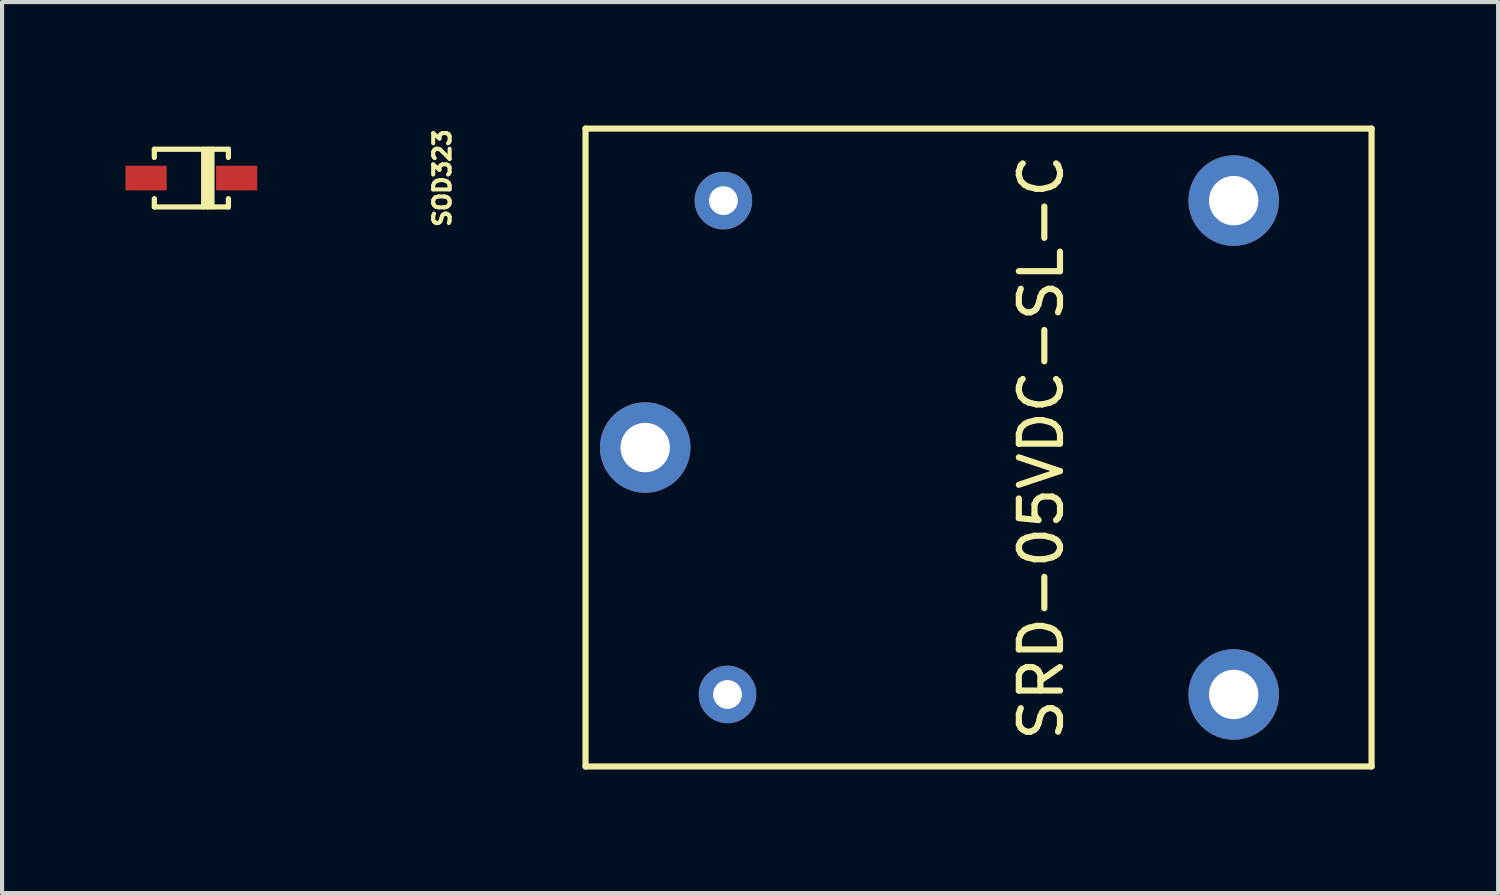
<source format=kicad_pcb>
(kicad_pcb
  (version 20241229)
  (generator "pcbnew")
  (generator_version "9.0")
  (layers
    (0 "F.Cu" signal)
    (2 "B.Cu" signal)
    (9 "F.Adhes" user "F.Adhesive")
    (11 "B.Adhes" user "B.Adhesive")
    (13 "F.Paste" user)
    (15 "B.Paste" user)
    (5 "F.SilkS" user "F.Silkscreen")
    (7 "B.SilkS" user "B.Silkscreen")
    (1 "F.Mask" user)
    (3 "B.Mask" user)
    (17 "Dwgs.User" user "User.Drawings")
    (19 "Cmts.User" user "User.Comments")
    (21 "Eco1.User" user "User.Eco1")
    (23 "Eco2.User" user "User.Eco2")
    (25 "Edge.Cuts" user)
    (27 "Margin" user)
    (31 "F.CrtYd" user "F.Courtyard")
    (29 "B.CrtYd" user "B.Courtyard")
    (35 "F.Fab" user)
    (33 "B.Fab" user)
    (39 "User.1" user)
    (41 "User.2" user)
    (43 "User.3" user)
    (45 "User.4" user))
  (footprint "SRD-05VDC-SL-C"
    (layer "F.Cu")
    (at 20.728 7.825)
    (property "Reference" "SRD-05VDC-SL-C" (at 1.524 0 90) (layer "F.SilkS") (effects (font (size 1 1) (thickness 0.15))))
    (attr through_hole)
    (fp_line (start -9.55 -7.75) (end -9.55 7.75) (stroke (width 0.15) (type solid)) (layer "F.SilkS"))
    (fp_line (start -9.55 -7.75) (end 9.55 -7.75) (stroke (width 0.15) (type solid)) (layer "F.SilkS"))
    (fp_line (start -9.55 7.75) (end 9.55 7.75) (stroke (width 0.15) (type solid)) (layer "F.SilkS"))
    (fp_line (start 9.55 -7.75) (end 9.55 7.75) (stroke (width 0.15) (type solid)) (layer "F.SilkS"))
    (pad "1" thru_hole circle (at -6.2 -6) (size 1.4 1.4) (drill 0.7) (layers "*.Cu" "*.Mask"))
    (pad "2" thru_hole circle (at -6.1 6) (size 1.4 1.4) (drill 0.7) (layers "*.Cu" "*.Mask"))
    (pad "3" thru_hole circle (at -8.1 0) (size 2.2 2.2) (drill 1.2) (layers "*.Cu" "*.Mask"))
    (pad "4" thru_hole circle (at 6.2 -6) (size 2.2 2.2) (drill 1.2) (layers "*.Cu" "*.Mask"))
    (pad "5" thru_hole circle (at 6.2 6) (size 2.2 2.2) (drill 1.2) (layers "*.Cu" "*.Mask")))
  (footprint "SOD323"
    (layer "F.Cu")
    (at 1.6 1.277)
    (property "Reference" "SOD323" (at 6.096 0 90) (layer "F.SilkS") (effects (font (size 0.399 0.399) (thickness 0.099))))
    (attr through_hole)
    (fp_line (start -0.9 -0.7) (end -0.9 -0.5) (stroke (width 0.127) (type solid)) (layer "F.SilkS"))
    (fp_line (start -0.9 0.7) (end -0.9 0.5) (stroke (width 0.127) (type solid)) (layer "F.SilkS"))
    (fp_line (start -0.899 0.701) (end 0.899 0.701) (stroke (width 0.127) (type solid)) (layer "F.SilkS"))
    (fp_line (start 0.3 -0.7) (end 0.3 0.6) (stroke (width 0.127) (type solid)) (layer "F.SilkS"))
    (fp_line (start 0.3 0.6) (end 0.3 0.7) (stroke (width 0.127) (type solid)) (layer "F.SilkS"))
    (fp_line (start 0.4 -0.7) (end 0.4 0.7) (stroke (width 0.127) (type solid)) (layer "F.SilkS"))
    (fp_line (start 0.5 -0.7) (end 0.5 0.7) (stroke (width 0.127) (type solid)) (layer "F.SilkS"))
    (fp_line (start 0.899 -0.701) (end -0.899 -0.701) (stroke (width 0.127) (type solid)) (layer "F.SilkS"))
    (fp_line (start 0.9 -0.7) (end 0.9 -0.5) (stroke (width 0.127) (type solid)) (layer "F.SilkS"))
    (fp_line (start 0.9 0.7) (end 0.9 0.5) (stroke (width 0.127) (type solid)) (layer "F.SilkS"))
    (pad "1" smd rect (at -1.1 0) (size 1.001 0.599) (layers "F.Cu" "F.Mask" "F.Paste"))
    (pad "2" smd rect (at 1.1 0) (size 1.001 0.599) (layers "F.Cu" "F.Mask" "F.Paste")))
  (gr_rect
    (start -3 -3)
    (end 33.353 18.65)
    (stroke (width 0.1) (type default))
    (fill no)
    (layer "Edge.Cuts")))
</source>
